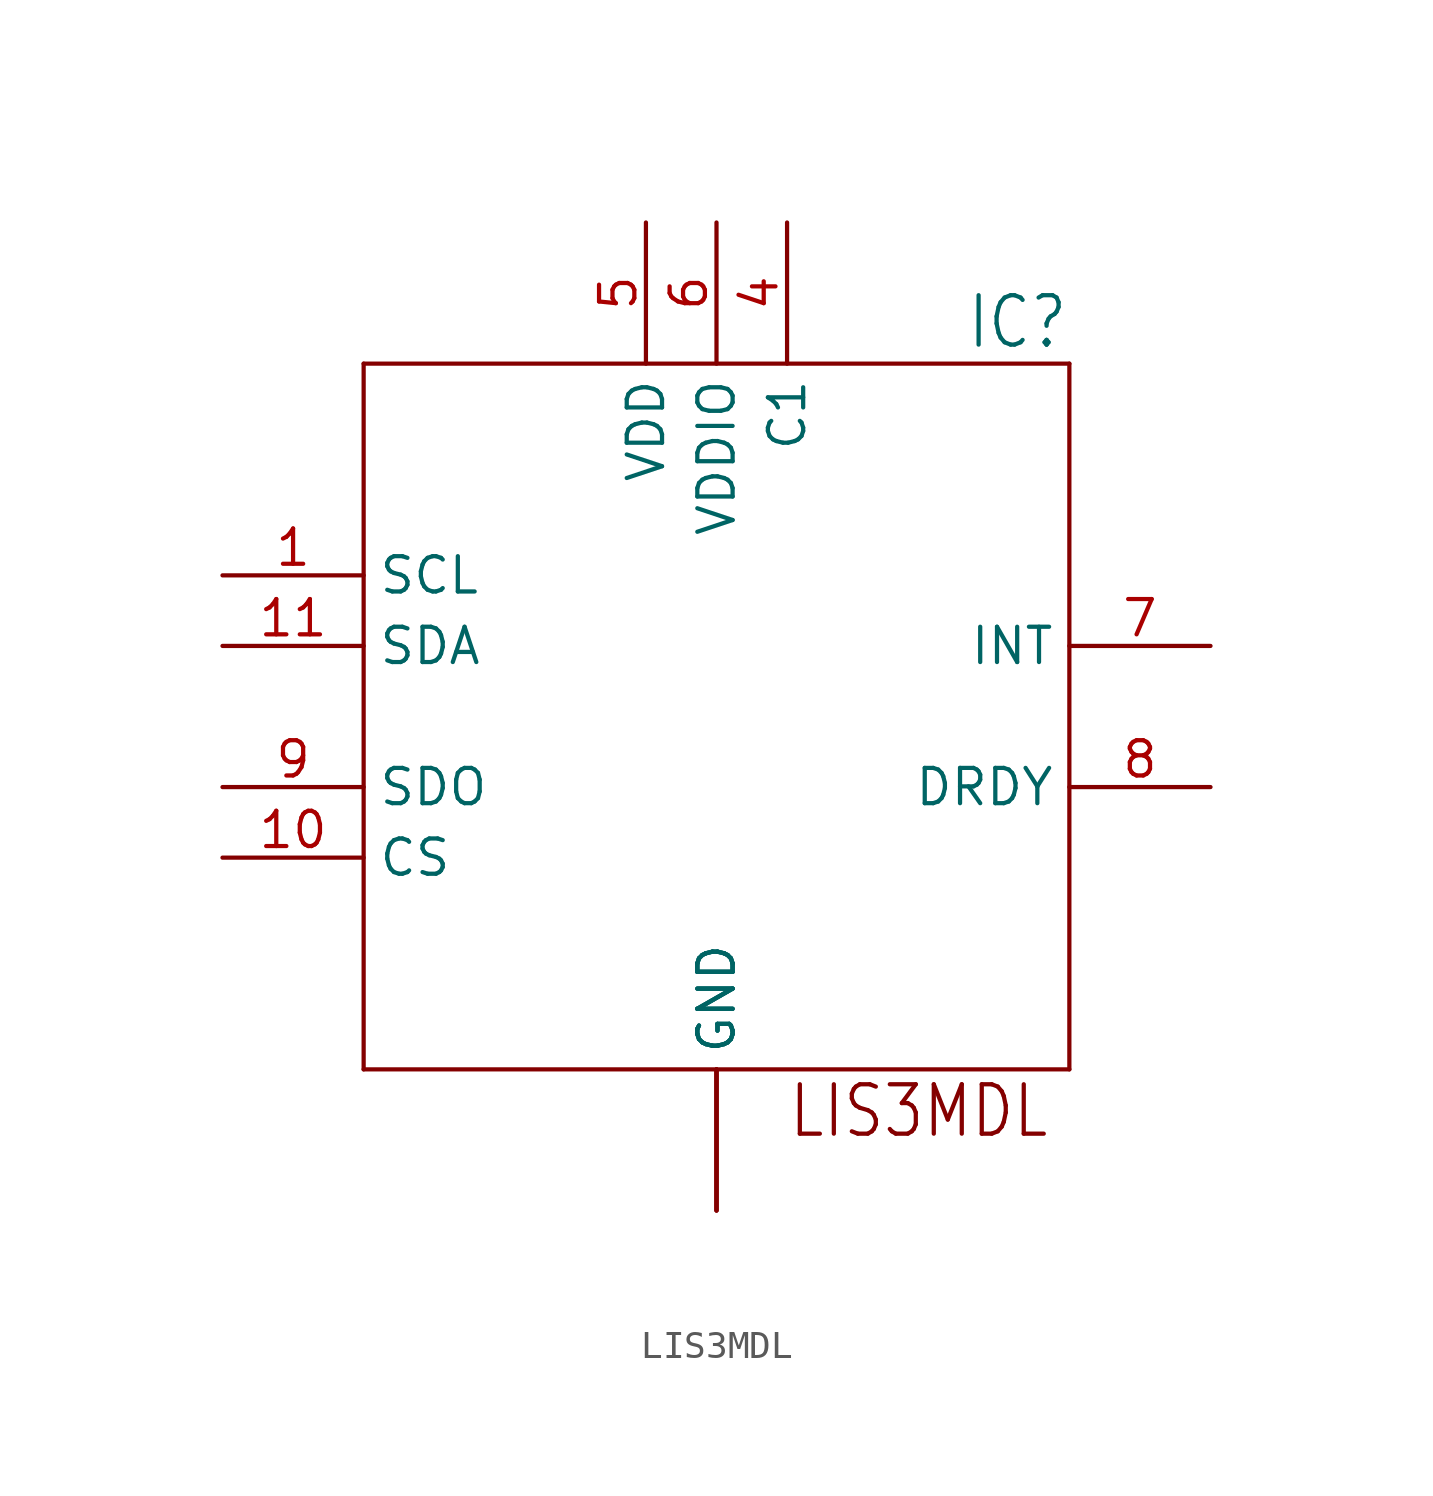
<source format=kicad_sym>
(kicad_symbol_lib
  (version 20211014)
  (generator kicad_symbol_editor)
  (symbol "LIS3MDL"
    (property "Reference" "IC"
      (at 12.7 15.24 0)
      (effects (font (size 1.778 1.511)) (justify right top)))
    (property "ki_locked" ""
      (at 0 0 0)
      (effects (font (size 1.27 1.27))))
    (symbol "LIS3MDL_1_0"
      (polyline (pts (xy -12.7 -12.7) (xy 12.7 -12.7)) (stroke (width 0.152) (type default) (color 0 0 0 0)) (fill (type none)))
      (polyline (pts (xy -12.7 12.7) (xy -12.7 -12.7)) (stroke (width 0.152) (type default) (color 0 0 0 0)) (fill (type none)))
      (polyline (pts (xy 12.7 -12.7) (xy 12.7 12.7)) (stroke (width 0.152) (type default) (color 0 0 0 0)) (fill (type none)))
      (polyline (pts (xy 12.7 12.7) (xy -12.7 12.7)) (stroke (width 0.152) (type default) (color 0 0 0 0)) (fill (type none)))
      (text "LIS3MDL" (at 2.54 -15.24 0) (effects (font (size 1.778 1.511)) (justify left bottom)))
      (pin input line (at -17.78 5.08 0) (length 5.08) (name "SCL" (effects (font (size 1.27 1.27)))) (number "1" (effects (font (size 1.27 1.27)))))
      (pin input line (at -17.78 -5.08 0) (length 5.08) (name "CS" (effects (font (size 1.27 1.27)))) (number "10" (effects (font (size 1.27 1.27)))))
      (pin bidirectional line (at -17.78 2.54 0) (length 5.08) (name "SDA" (effects (font (size 1.27 1.27)))) (number "11" (effects (font (size 1.27 1.27)))))
      (pin power_in line (at 0 -17.78 90) (length 5.08) (name "GND" (effects (font (size 1.27 1.27)))) (number "12" (effects (font (size 0 0)))))
      (pin power_in line (at 0 -17.78 90) (length 5.08) (name "GND" (effects (font (size 1.27 1.27)))) (number "2" (effects (font (size 0 0)))))
      (pin power_in line (at 0 -17.78 90) (length 5.08) (name "GND" (effects (font (size 1.27 1.27)))) (number "3" (effects (font (size 0 0)))))
      (pin input line (at 2.54 17.78 270) (length 5.08) (name "C1" (effects (font (size 1.27 1.27)))) (number "4" (effects (font (size 1.27 1.27)))))
      (pin power_in line (at -2.54 17.78 270) (length 5.08) (name "VDD" (effects (font (size 1.27 1.27)))) (number "5" (effects (font (size 1.27 1.27)))))
      (pin power_in line (at 0 17.78 270) (length 5.08) (name "VDDIO" (effects (font (size 1.27 1.27)))) (number "6" (effects (font (size 1.27 1.27)))))
      (pin output line (at 17.78 2.54 180) (length 5.08) (name "INT" (effects (font (size 1.27 1.27)))) (number "7" (effects (font (size 1.27 1.27)))))
      (pin output line (at 17.78 -2.54 180) (length 5.08) (name "DRDY" (effects (font (size 1.27 1.27)))) (number "8" (effects (font (size 1.27 1.27)))))
      (pin bidirectional line (at -17.78 -2.54 0) (length 5.08) (name "SDO" (effects (font (size 1.27 1.27)))) (number "9" (effects (font (size 1.27 1.27))))))))
</source>
